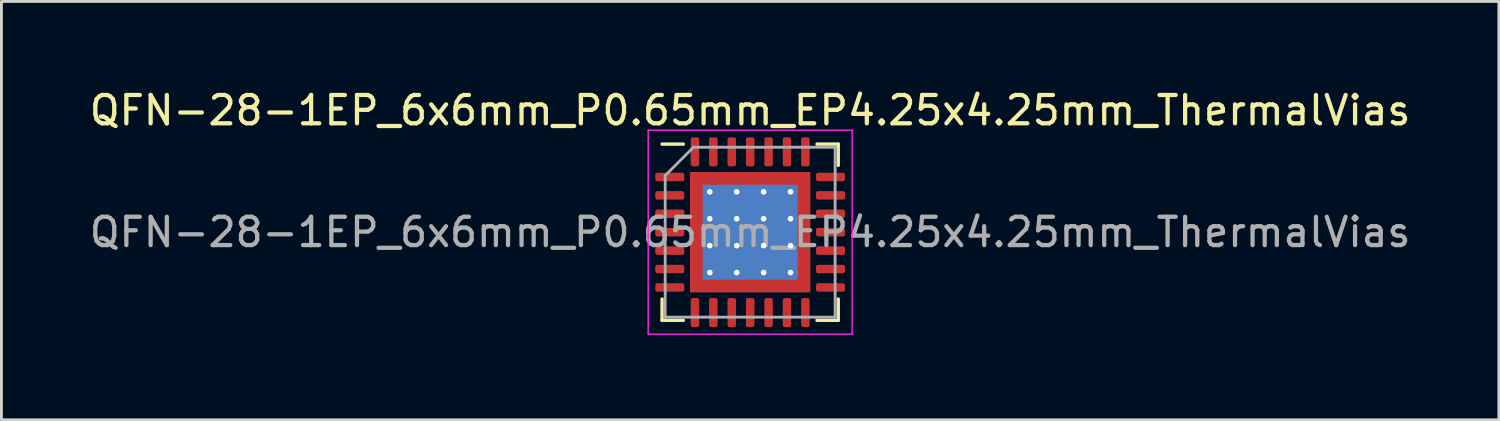
<source format=kicad_pcb>
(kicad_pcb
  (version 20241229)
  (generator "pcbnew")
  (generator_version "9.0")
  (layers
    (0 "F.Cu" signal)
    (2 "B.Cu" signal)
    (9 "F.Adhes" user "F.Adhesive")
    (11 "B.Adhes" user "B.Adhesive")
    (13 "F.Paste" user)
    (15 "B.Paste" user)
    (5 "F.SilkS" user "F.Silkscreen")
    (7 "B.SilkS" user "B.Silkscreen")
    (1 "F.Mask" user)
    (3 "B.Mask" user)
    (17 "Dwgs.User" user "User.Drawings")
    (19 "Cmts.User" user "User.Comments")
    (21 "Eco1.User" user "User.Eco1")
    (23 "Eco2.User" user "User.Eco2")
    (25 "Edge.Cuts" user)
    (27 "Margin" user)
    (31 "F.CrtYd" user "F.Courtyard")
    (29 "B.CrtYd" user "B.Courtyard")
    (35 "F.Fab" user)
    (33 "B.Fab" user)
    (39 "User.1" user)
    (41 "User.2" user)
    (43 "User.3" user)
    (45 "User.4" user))
  (footprint "QFN-28-1EP_6x6mm_P0.65mm_EP4.25x4.25mm_ThermalVias"
    (layer "F.Cu")
    (at 23.435 5.148)
    (property "Reference" "QFN-28-1EP_6x6mm_P0.65mm_EP4.25x4.25mm_ThermalVias" (at 0 -4.3 0) (layer "F.SilkS") (effects (font (size 1 1) (thickness 0.15))))
    (attr smd)
    (fp_line (start -3.11 3.11) (end -3.11 2.36) (stroke (width 0.12) (type solid)) (layer "F.SilkS"))
    (fp_line (start -2.36 -3.11) (end -3.11 -3.11) (stroke (width 0.12) (type solid)) (layer "F.SilkS"))
    (fp_line (start -2.36 3.11) (end -3.11 3.11) (stroke (width 0.12) (type solid)) (layer "F.SilkS"))
    (fp_line (start 2.36 -3.11) (end 3.11 -3.11) (stroke (width 0.12) (type solid)) (layer "F.SilkS"))
    (fp_line (start 2.36 3.11) (end 3.11 3.11) (stroke (width 0.12) (type solid)) (layer "F.SilkS"))
    (fp_line (start 3.11 -3.11) (end 3.11 -2.36) (stroke (width 0.12) (type solid)) (layer "F.SilkS"))
    (fp_line (start 3.11 3.11) (end 3.11 2.36) (stroke (width 0.12) (type solid)) (layer "F.SilkS"))
    (fp_line (start -3.6 -3.6) (end -3.6 3.6) (stroke (width 0.05) (type solid)) (layer "F.CrtYd"))
    (fp_line (start -3.6 3.6) (end 3.6 3.6) (stroke (width 0.05) (type solid)) (layer "F.CrtYd"))
    (fp_line (start 3.6 -3.6) (end -3.6 -3.6) (stroke (width 0.05) (type solid)) (layer "F.CrtYd"))
    (fp_line (start 3.6 3.6) (end 3.6 -3.6) (stroke (width 0.05) (type solid)) (layer "F.CrtYd"))
    (fp_line (start -3 -2) (end -2 -3) (stroke (width 0.1) (type solid)) (layer "F.Fab"))
    (fp_line (start -3 3) (end -3 -2) (stroke (width 0.1) (type solid)) (layer "F.Fab"))
    (fp_line (start -2 -3) (end 3 -3) (stroke (width 0.1) (type solid)) (layer "F.Fab"))
    (fp_line (start 3 -3) (end 3 3) (stroke (width 0.1) (type solid)) (layer "F.Fab"))
    (fp_line (start 3 3) (end -3 3) (stroke (width 0.1) (type solid)) (layer "F.Fab"))
    (fp_text user "${REFERENCE}" (at 0 0 0) (layer "F.Fab") (effects (font (size 1 1) (thickness 0.15))))
    (pad "" smd custom (at -1.775 -1.775) (size 0.46 0.46) (layers "F.Paste") (options (anchor circle)) (primitives (gr_poly (pts (xy -0.178 -0.178) (xy 0.178 -0.178) (xy 0.178 0.092) (xy 0.092 0.178) (xy -0.178 0.178)) (width 0.208) (fill yes))))
    (pad "" smd custom (at -1.775 -0.95) (size 0.477 0.477) (layers "F.Paste") (options (anchor circle)) (primitives (gr_poly (pts (xy -0.195 -0.296) (xy 0.123 -0.296) (xy 0.195 -0.224) (xy 0.195 0.224) (xy 0.123 0.296) (xy -0.195 0.296)) (width 0.174) (fill yes))))
    (pad "" smd custom (at -1.775 0) (size 0.477 0.477) (layers "F.Paste") (options (anchor circle)) (primitives (gr_poly (pts (xy -0.195 -0.296) (xy 0.123 -0.296) (xy 0.195 -0.224) (xy 0.195 0.224) (xy 0.123 0.296) (xy -0.195 0.296)) (width 0.174) (fill yes))))
    (pad "" smd custom (at -1.775 0.95) (size 0.477 0.477) (layers "F.Paste") (options (anchor circle)) (primitives (gr_poly (pts (xy -0.195 -0.296) (xy 0.123 -0.296) (xy 0.195 -0.224) (xy 0.195 0.224) (xy 0.123 0.296) (xy -0.195 0.296)) (width 0.174) (fill yes))))
    (pad "" smd custom (at -1.775 1.775) (size 0.46 0.46) (layers "F.Paste") (options (anchor circle)) (primitives (gr_poly (pts (xy -0.178 -0.178) (xy 0.092 -0.178) (xy 0.178 -0.092) (xy 0.178 0.178) (xy -0.178 0.178)) (width 0.208) (fill yes))))
    (pad "" smd custom (at -0.95 -1.775) (size 0.477 0.477) (layers "F.Paste") (options (anchor circle)) (primitives (gr_poly (pts (xy -0.296 -0.195) (xy 0.296 -0.195) (xy 0.296 0.123) (xy 0.224 0.195) (xy -0.224 0.195) (xy -0.296 0.123)) (width 0.174) (fill yes))))
    (pad "" smd roundrect (at -0.95 -0.95) (size 0.766 0.766) (layers "F.Paste") (roundrect_rratio 0.25))
    (pad "" smd roundrect (at -0.95 0) (size 0.766 0.766) (layers "F.Paste") (roundrect_rratio 0.25))
    (pad "" smd roundrect (at -0.95 0.95) (size 0.766 0.766) (layers "F.Paste") (roundrect_rratio 0.25))
    (pad "" smd custom (at -0.95 1.775) (size 0.477 0.477) (layers "F.Paste") (options (anchor circle)) (primitives (gr_poly (pts (xy -0.296 -0.123) (xy -0.224 -0.195) (xy 0.224 -0.195) (xy 0.296 -0.123) (xy 0.296 0.195) (xy -0.296 0.195)) (width 0.174) (fill yes))))
    (pad "" smd custom (at 0 -1.775) (size 0.477 0.477) (layers "F.Paste") (options (anchor circle)) (primitives (gr_poly (pts (xy -0.296 -0.195) (xy 0.296 -0.195) (xy 0.296 0.123) (xy 0.224 0.195) (xy -0.224 0.195) (xy -0.296 0.123)) (width 0.174) (fill yes))))
    (pad "" smd roundrect (at 0 -0.95) (size 0.766 0.766) (layers "F.Paste") (roundrect_rratio 0.25))
    (pad "" smd roundrect (at 0 0) (size 0.766 0.766) (layers "F.Paste") (roundrect_rratio 0.25))
    (pad "" smd roundrect (at 0 0.95) (size 0.766 0.766) (layers "F.Paste") (roundrect_rratio 0.25))
    (pad "" smd custom (at 0 1.775) (size 0.477 0.477) (layers "F.Paste") (options (anchor circle)) (primitives (gr_poly (pts (xy -0.296 -0.123) (xy -0.224 -0.195) (xy 0.224 -0.195) (xy 0.296 -0.123) (xy 0.296 0.195) (xy -0.296 0.195)) (width 0.174) (fill yes))))
    (pad "" smd custom (at 0.95 -1.775) (size 0.477 0.477) (layers "F.Paste") (options (anchor circle)) (primitives (gr_poly (pts (xy -0.296 -0.195) (xy 0.296 -0.195) (xy 0.296 0.123) (xy 0.224 0.195) (xy -0.224 0.195) (xy -0.296 0.123)) (width 0.174) (fill yes))))
    (pad "" smd roundrect (at 0.95 -0.95) (size 0.766 0.766) (layers "F.Paste") (roundrect_rratio 0.25))
    (pad "" smd roundrect (at 0.95 0) (size 0.766 0.766) (layers "F.Paste") (roundrect_rratio 0.25))
    (pad "" smd roundrect (at 0.95 0.95) (size 0.766 0.766) (layers "F.Paste") (roundrect_rratio 0.25))
    (pad "" smd custom (at 0.95 1.775) (size 0.477 0.477) (layers "F.Paste") (options (anchor circle)) (primitives (gr_poly (pts (xy -0.296 -0.123) (xy -0.224 -0.195) (xy 0.224 -0.195) (xy 0.296 -0.123) (xy 0.296 0.195) (xy -0.296 0.195)) (width 0.174) (fill yes))))
    (pad "" smd custom (at 1.775 -1.775) (size 0.46 0.46) (layers "F.Paste") (options (anchor circle)) (primitives (gr_poly (pts (xy -0.178 -0.178) (xy 0.178 -0.178) (xy 0.178 0.178) (xy -0.092 0.178) (xy -0.178 0.092)) (width 0.208) (fill yes))))
    (pad "" smd custom (at 1.775 -0.95) (size 0.477 0.477) (layers "F.Paste") (options (anchor circle)) (primitives (gr_poly (pts (xy -0.195 -0.224) (xy -0.123 -0.296) (xy 0.195 -0.296) (xy 0.195 0.296) (xy -0.123 0.296) (xy -0.195 0.224)) (width 0.174) (fill yes))))
    (pad "" smd custom (at 1.775 0) (size 0.477 0.477) (layers "F.Paste") (options (anchor circle)) (primitives (gr_poly (pts (xy -0.195 -0.224) (xy -0.123 -0.296) (xy 0.195 -0.296) (xy 0.195 0.296) (xy -0.123 0.296) (xy -0.195 0.224)) (width 0.174) (fill yes))))
    (pad "" smd custom (at 1.775 0.95) (size 0.477 0.477) (layers "F.Paste") (options (anchor circle)) (primitives (gr_poly (pts (xy -0.195 -0.224) (xy -0.123 -0.296) (xy 0.195 -0.296) (xy 0.195 0.296) (xy -0.123 0.296) (xy -0.195 0.224)) (width 0.174) (fill yes))))
    (pad "" smd custom (at 1.775 1.775) (size 0.46 0.46) (layers "F.Paste") (options (anchor circle)) (primitives (gr_poly (pts (xy -0.178 -0.092) (xy -0.092 -0.178) (xy 0.178 -0.178) (xy 0.178 0.178) (xy -0.178 0.178)) (width 0.208) (fill yes))))
    (pad "1" smd roundrect (at -2.837 -1.95) (size 1.025 0.3) (layers "F.Cu" "F.Mask" "F.Paste") (roundrect_rratio 0.25))
    (pad "2" smd roundrect (at -2.837 -1.3) (size 1.025 0.3) (layers "F.Cu" "F.Mask" "F.Paste") (roundrect_rratio 0.25))
    (pad "3" smd roundrect (at -2.837 -0.65) (size 1.025 0.3) (layers "F.Cu" "F.Mask" "F.Paste") (roundrect_rratio 0.25))
    (pad "4" smd roundrect (at -2.837 0) (size 1.025 0.3) (layers "F.Cu" "F.Mask" "F.Paste") (roundrect_rratio 0.25))
    (pad "5" smd roundrect (at -2.837 0.65) (size 1.025 0.3) (layers "F.Cu" "F.Mask" "F.Paste") (roundrect_rratio 0.25))
    (pad "6" smd roundrect (at -2.837 1.3) (size 1.025 0.3) (layers "F.Cu" "F.Mask" "F.Paste") (roundrect_rratio 0.25))
    (pad "7" smd roundrect (at -2.837 1.95) (size 1.025 0.3) (layers "F.Cu" "F.Mask" "F.Paste") (roundrect_rratio 0.25))
    (pad "8" smd roundrect (at -1.95 2.837) (size 0.3 1.025) (layers "F.Cu" "F.Mask" "F.Paste") (roundrect_rratio 0.25))
    (pad "9" smd roundrect (at -1.3 2.837) (size 0.3 1.025) (layers "F.Cu" "F.Mask" "F.Paste") (roundrect_rratio 0.25))
    (pad "10" smd roundrect (at -0.65 2.837) (size 0.3 1.025) (layers "F.Cu" "F.Mask" "F.Paste") (roundrect_rratio 0.25))
    (pad "11" smd roundrect (at 0 2.837) (size 0.3 1.025) (layers "F.Cu" "F.Mask" "F.Paste") (roundrect_rratio 0.25))
    (pad "12" smd roundrect (at 0.65 2.837) (size 0.3 1.025) (layers "F.Cu" "F.Mask" "F.Paste") (roundrect_rratio 0.25))
    (pad "13" smd roundrect (at 1.3 2.837) (size 0.3 1.025) (layers "F.Cu" "F.Mask" "F.Paste") (roundrect_rratio 0.25))
    (pad "14" smd roundrect (at 1.95 2.837) (size 0.3 1.025) (layers "F.Cu" "F.Mask" "F.Paste") (roundrect_rratio 0.25))
    (pad "15" smd roundrect (at 2.837 1.95) (size 1.025 0.3) (layers "F.Cu" "F.Mask" "F.Paste") (roundrect_rratio 0.25))
    (pad "16" smd roundrect (at 2.837 1.3) (size 1.025 0.3) (layers "F.Cu" "F.Mask" "F.Paste") (roundrect_rratio 0.25))
    (pad "17" smd roundrect (at 2.837 0.65) (size 1.025 0.3) (layers "F.Cu" "F.Mask" "F.Paste") (roundrect_rratio 0.25))
    (pad "18" smd roundrect (at 2.837 0) (size 1.025 0.3) (layers "F.Cu" "F.Mask" "F.Paste") (roundrect_rratio 0.25))
    (pad "19" smd roundrect (at 2.837 -0.65) (size 1.025 0.3) (layers "F.Cu" "F.Mask" "F.Paste") (roundrect_rratio 0.25))
    (pad "20" smd roundrect (at 2.837 -1.3) (size 1.025 0.3) (layers "F.Cu" "F.Mask" "F.Paste") (roundrect_rratio 0.25))
    (pad "21" smd roundrect (at 2.837 -1.95) (size 1.025 0.3) (layers "F.Cu" "F.Mask" "F.Paste") (roundrect_rratio 0.25))
    (pad "22" smd roundrect (at 1.95 -2.837) (size 0.3 1.025) (layers "F.Cu" "F.Mask" "F.Paste") (roundrect_rratio 0.25))
    (pad "23" smd roundrect (at 1.3 -2.837) (size 0.3 1.025) (layers "F.Cu" "F.Mask" "F.Paste") (roundrect_rratio 0.25))
    (pad "24" smd roundrect (at 0.65 -2.837) (size 0.3 1.025) (layers "F.Cu" "F.Mask" "F.Paste") (roundrect_rratio 0.25))
    (pad "25" smd roundrect (at 0 -2.837) (size 0.3 1.025) (layers "F.Cu" "F.Mask" "F.Paste") (roundrect_rratio 0.25))
    (pad "26" smd roundrect (at -0.65 -2.837) (size 0.3 1.025) (layers "F.Cu" "F.Mask" "F.Paste") (roundrect_rratio 0.25))
    (pad "27" smd roundrect (at -1.3 -2.837) (size 0.3 1.025) (layers "F.Cu" "F.Mask" "F.Paste") (roundrect_rratio 0.25))
    (pad "28" smd roundrect (at -1.95 -2.837) (size 0.3 1.025) (layers "F.Cu" "F.Mask" "F.Paste") (roundrect_rratio 0.25))
    (pad "29" thru_hole circle (at -1.425 -1.425) (size 0.5 0.5) (drill 0.2) (layers "*.Cu"))
    (pad "29" thru_hole circle (at -1.425 -0.475) (size 0.5 0.5) (drill 0.2) (layers "*.Cu"))
    (pad "29" thru_hole circle (at -1.425 0.475) (size 0.5 0.5) (drill 0.2) (layers "*.Cu"))
    (pad "29" thru_hole circle (at -1.425 1.425) (size 0.5 0.5) (drill 0.2) (layers "*.Cu"))
    (pad "29" thru_hole circle (at -0.475 -1.425) (size 0.5 0.5) (drill 0.2) (layers "*.Cu"))
    (pad "29" thru_hole circle (at -0.475 -0.475) (size 0.5 0.5) (drill 0.2) (layers "*.Cu"))
    (pad "29" thru_hole circle (at -0.475 0.475) (size 0.5 0.5) (drill 0.2) (layers "*.Cu"))
    (pad "29" thru_hole circle (at -0.475 1.425) (size 0.5 0.5) (drill 0.2) (layers "*.Cu"))
    (pad "29" smd rect (at 0 0) (size 3.35 3.35) (layers "B.Cu"))
    (pad "29" smd rect (at 0 0) (size 4.25 4.25) (layers "F.Cu" "F.Mask"))
    (pad "29" thru_hole circle (at 0.475 -1.425) (size 0.5 0.5) (drill 0.2) (layers "*.Cu"))
    (pad "29" thru_hole circle (at 0.475 -0.475) (size 0.5 0.5) (drill 0.2) (layers "*.Cu"))
    (pad "29" thru_hole circle (at 0.475 0.475) (size 0.5 0.5) (drill 0.2) (layers "*.Cu"))
    (pad "29" thru_hole circle (at 0.475 1.425) (size 0.5 0.5) (drill 0.2) (layers "*.Cu"))
    (pad "29" thru_hole circle (at 1.425 -1.425) (size 0.5 0.5) (drill 0.2) (layers "*.Cu"))
    (pad "29" thru_hole circle (at 1.425 -0.475) (size 0.5 0.5) (drill 0.2) (layers "*.Cu"))
    (pad "29" thru_hole circle (at 1.425 0.475) (size 0.5 0.5) (drill 0.2) (layers "*.Cu"))
    (pad "29" thru_hole circle (at 1.425 1.425) (size 0.5 0.5) (drill 0.2) (layers "*.Cu")))
  (gr_rect
    (start -3 -3)
    (end 49.869 11.773)
    (stroke (width 0.1) (type default))
    (fill no)
    (layer "Edge.Cuts")))
</source>
